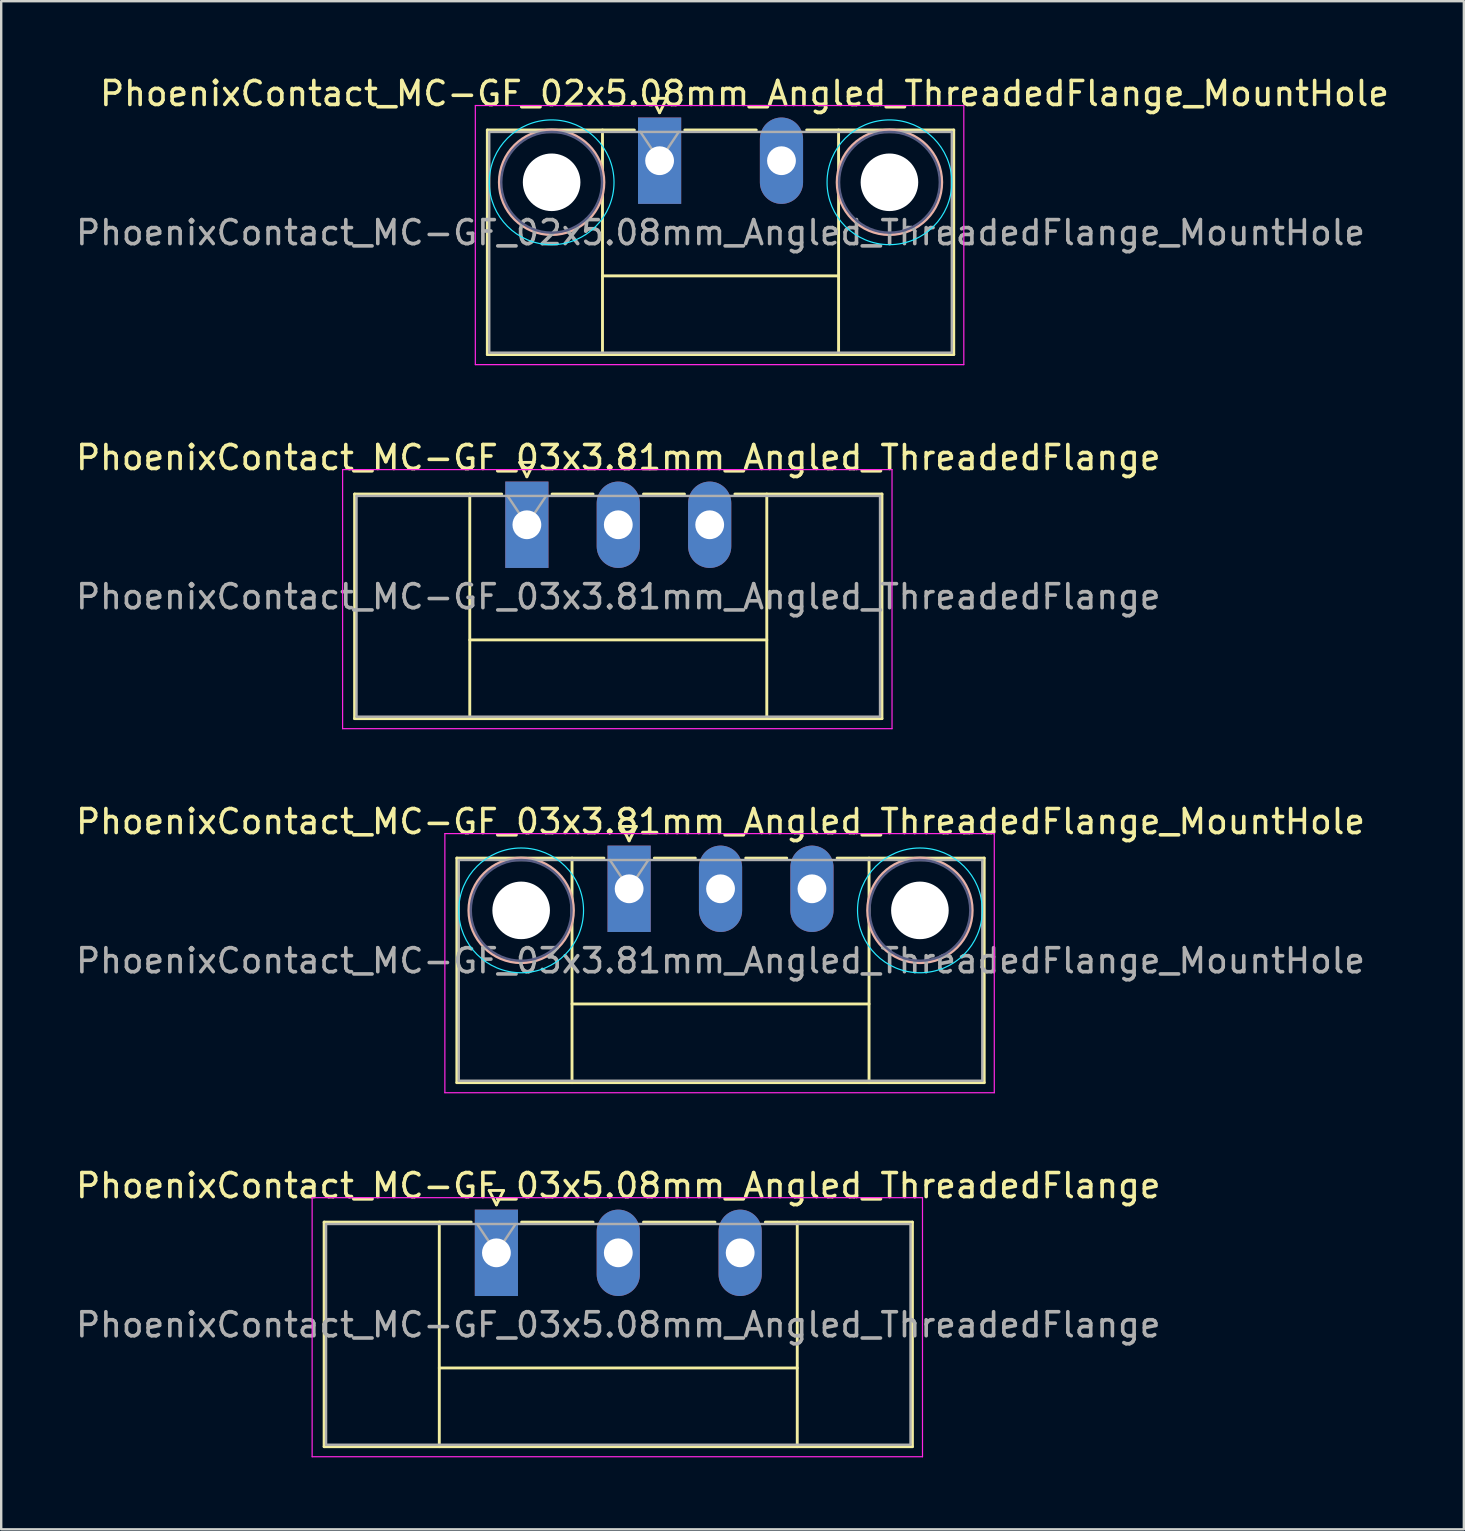
<source format=kicad_pcb>
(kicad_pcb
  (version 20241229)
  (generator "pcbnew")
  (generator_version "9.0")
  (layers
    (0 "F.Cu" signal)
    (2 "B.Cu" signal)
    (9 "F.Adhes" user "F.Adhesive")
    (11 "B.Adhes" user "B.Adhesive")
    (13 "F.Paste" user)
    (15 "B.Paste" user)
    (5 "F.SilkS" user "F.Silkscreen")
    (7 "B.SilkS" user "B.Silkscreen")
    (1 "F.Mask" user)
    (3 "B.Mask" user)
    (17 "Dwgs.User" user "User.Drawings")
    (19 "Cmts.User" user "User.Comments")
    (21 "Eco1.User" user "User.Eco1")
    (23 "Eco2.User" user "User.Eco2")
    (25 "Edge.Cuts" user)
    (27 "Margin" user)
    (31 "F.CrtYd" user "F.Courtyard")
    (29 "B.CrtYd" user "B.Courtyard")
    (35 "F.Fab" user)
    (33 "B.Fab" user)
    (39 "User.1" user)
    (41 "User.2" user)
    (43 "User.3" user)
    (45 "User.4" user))
  (footprint "PhoenixContact_MC-GF_03x3.81mm_Angled_ThreadedFlange"
    (layer "F.Cu")
    (at 18.91 18.822)
    (property "Reference" "PhoenixContact_MC-GF_03x3.81mm_Angled_ThreadedFlange" (at 3.81 -2.8 0) (layer "F.SilkS") (effects (font (size 1 1) (thickness 0.15))))
    (attr through_hole)
    (fp_line (start -7.18 -1.28) (end -7.18 8.08) (stroke (width 0.12) (type solid)) (layer "F.SilkS"))
    (fp_line (start -7.18 -1.28) (end -1.05 -1.28) (stroke (width 0.12) (type solid)) (layer "F.SilkS"))
    (fp_line (start -7.18 8.08) (end 14.8 8.08) (stroke (width 0.12) (type solid)) (layer "F.SilkS"))
    (fp_line (start -2.38 -1.28) (end -2.38 8.08) (stroke (width 0.12) (type solid)) (layer "F.SilkS"))
    (fp_line (start -2.38 4.8) (end 10 4.8) (stroke (width 0.12) (type solid)) (layer "F.SilkS"))
    (fp_line (start -0.3 -2.6) (end 0.3 -2.6) (stroke (width 0.12) (type solid)) (layer "F.SilkS"))
    (fp_line (start 0 -2) (end -0.3 -2.6) (stroke (width 0.12) (type solid)) (layer "F.SilkS"))
    (fp_line (start 0.3 -2.6) (end 0 -2) (stroke (width 0.12) (type solid)) (layer "F.SilkS"))
    (fp_line (start 1.05 -1.28) (end 2.76 -1.28) (stroke (width 0.12) (type solid)) (layer "F.SilkS"))
    (fp_line (start 4.86 -1.28) (end 6.57 -1.28) (stroke (width 0.12) (type solid)) (layer "F.SilkS"))
    (fp_line (start 10 -1.28) (end 10 8.08) (stroke (width 0.12) (type solid)) (layer "F.SilkS"))
    (fp_line (start 14.8 -1.28) (end 8.67 -1.28) (stroke (width 0.12) (type solid)) (layer "F.SilkS"))
    (fp_line (start 14.8 8.08) (end 14.8 -1.28) (stroke (width 0.12) (type solid)) (layer "F.SilkS"))
    (fp_line (start -7.68 -2.3) (end -7.68 8.5) (stroke (width 0.05) (type solid)) (layer "F.CrtYd"))
    (fp_line (start -7.68 8.5) (end 15.22 8.5) (stroke (width 0.05) (type solid)) (layer "F.CrtYd"))
    (fp_line (start 15.22 -2.3) (end -7.68 -2.3) (stroke (width 0.05) (type solid)) (layer "F.CrtYd"))
    (fp_line (start 15.22 8.5) (end 15.22 -2.3) (stroke (width 0.05) (type solid)) (layer "F.CrtYd"))
    (fp_line (start -7.1 -1.2) (end -7.1 8) (stroke (width 0.1) (type solid)) (layer "F.Fab"))
    (fp_line (start -7.1 8) (end 14.72 8) (stroke (width 0.1) (type solid)) (layer "F.Fab"))
    (fp_line (start 0 0) (end -0.8 -1.2) (stroke (width 0.1) (type solid)) (layer "F.Fab"))
    (fp_line (start 0.8 -1.2) (end 0 0) (stroke (width 0.1) (type solid)) (layer "F.Fab"))
    (fp_line (start 14.72 -1.2) (end -7.1 -1.2) (stroke (width 0.1) (type solid)) (layer "F.Fab"))
    (fp_line (start 14.72 8) (end 14.72 -1.2) (stroke (width 0.1) (type solid)) (layer "F.Fab"))
    (fp_text user "${REFERENCE}" (at 3.81 3 0) (layer "F.Fab") (effects (font (size 1 1) (thickness 0.15))))
    (pad "1" thru_hole rect (at 0 0) (size 1.8 3.6) (drill 1.2) (layers "*.Cu" "*.Mask"))
    (pad "2" thru_hole oval (at 3.81 0) (size 1.8 3.6) (drill 1.2) (layers "*.Cu" "*.Mask"))
    (pad "3" thru_hole oval (at 7.62 0) (size 1.8 3.6) (drill 1.2) (layers "*.Cu" "*.Mask")))
  (footprint "PhoenixContact_MC-GF_03x3.81mm_Angled_ThreadedFlange_MountHole"
    (layer "F.Cu")
    (at 23.172 33.995)
    (property "Reference" "PhoenixContact_MC-GF_03x3.81mm_Angled_ThreadedFlange_MountHole" (at 3.81 -2.8 0) (layer "F.SilkS") (effects (font (size 1 1) (thickness 0.15))))
    (attr through_hole)
    (fp_line (start -7.18 -1.28) (end -7.18 8.08) (stroke (width 0.12) (type solid)) (layer "F.SilkS"))
    (fp_line (start -7.18 -1.28) (end -1.05 -1.28) (stroke (width 0.12) (type solid)) (layer "F.SilkS"))
    (fp_line (start -7.18 8.08) (end 14.8 8.08) (stroke (width 0.12) (type solid)) (layer "F.SilkS"))
    (fp_line (start -2.38 -1.28) (end -2.38 8.08) (stroke (width 0.12) (type solid)) (layer "F.SilkS"))
    (fp_line (start -2.38 4.8) (end 10 4.8) (stroke (width 0.12) (type solid)) (layer "F.SilkS"))
    (fp_line (start -0.3 -2.6) (end 0.3 -2.6) (stroke (width 0.12) (type solid)) (layer "F.SilkS"))
    (fp_line (start 0 -2) (end -0.3 -2.6) (stroke (width 0.12) (type solid)) (layer "F.SilkS"))
    (fp_line (start 0.3 -2.6) (end 0 -2) (stroke (width 0.12) (type solid)) (layer "F.SilkS"))
    (fp_line (start 1.05 -1.28) (end 2.76 -1.28) (stroke (width 0.12) (type solid)) (layer "F.SilkS"))
    (fp_line (start 4.86 -1.28) (end 6.57 -1.28) (stroke (width 0.12) (type solid)) (layer "F.SilkS"))
    (fp_line (start 10 -1.28) (end 10 8.08) (stroke (width 0.12) (type solid)) (layer "F.SilkS"))
    (fp_line (start 14.8 -1.28) (end 8.67 -1.28) (stroke (width 0.12) (type solid)) (layer "F.SilkS"))
    (fp_line (start 14.8 8.08) (end 14.8 -1.28) (stroke (width 0.12) (type solid)) (layer "F.SilkS"))
    (fp_circle (center -4.5 0.9) (end -2.32 0.9) (stroke (width 0.12) (type solid)) (fill no) (layer "B.SilkS"))
    (fp_circle (center 12.12 0.9) (end 14.3 0.9) (stroke (width 0.12) (type solid)) (fill no) (layer "B.SilkS"))
    (fp_circle (center -4.5 0.9) (end -1.9 0.9) (stroke (width 0.05) (type solid)) (fill no) (layer "B.CrtYd"))
    (fp_circle (center 12.12 0.9) (end 14.72 0.9) (stroke (width 0.05) (type solid)) (fill no) (layer "B.CrtYd"))
    (fp_line (start -7.68 -2.3) (end -7.68 8.5) (stroke (width 0.05) (type solid)) (layer "F.CrtYd"))
    (fp_line (start -7.68 8.5) (end 15.22 8.5) (stroke (width 0.05) (type solid)) (layer "F.CrtYd"))
    (fp_line (start 15.22 -2.3) (end -7.68 -2.3) (stroke (width 0.05) (type solid)) (layer "F.CrtYd"))
    (fp_line (start 15.22 8.5) (end 15.22 -2.3) (stroke (width 0.05) (type solid)) (layer "F.CrtYd"))
    (fp_circle (center -4.5 0.9) (end -2.4 0.9) (stroke (width 0.1) (type solid)) (fill no) (layer "B.Fab"))
    (fp_circle (center 12.12 0.9) (end 14.22 0.9) (stroke (width 0.1) (type solid)) (fill no) (layer "B.Fab"))
    (fp_line (start -7.1 -1.2) (end -7.1 8) (stroke (width 0.1) (type solid)) (layer "F.Fab"))
    (fp_line (start -7.1 8) (end 14.72 8) (stroke (width 0.1) (type solid)) (layer "F.Fab"))
    (fp_line (start 0 0) (end -0.8 -1.2) (stroke (width 0.1) (type solid)) (layer "F.Fab"))
    (fp_line (start 0.8 -1.2) (end 0 0) (stroke (width 0.1) (type solid)) (layer "F.Fab"))
    (fp_line (start 14.72 -1.2) (end -7.1 -1.2) (stroke (width 0.1) (type solid)) (layer "F.Fab"))
    (fp_line (start 14.72 8) (end 14.72 -1.2) (stroke (width 0.1) (type solid)) (layer "F.Fab"))
    (fp_text user "${REFERENCE}" (at 3.81 3 0) (layer "F.Fab") (effects (font (size 1 1) (thickness 0.15))))
    (pad "" np_thru_hole circle (at -4.5 0.9) (size 2.4 2.4) (drill 2.4) (layers "*.Cu" "*.Mask"))
    (pad "" np_thru_hole circle (at 12.12 0.9) (size 2.4 2.4) (drill 2.4) (layers "*.Cu" "*.Mask"))
    (pad "1" thru_hole rect (at 0 0) (size 1.8 3.6) (drill 1.2) (layers "*.Cu" "*.Mask"))
    (pad "2" thru_hole oval (at 3.81 0) (size 1.8 3.6) (drill 1.2) (layers "*.Cu" "*.Mask"))
    (pad "3" thru_hole oval (at 7.62 0) (size 1.8 3.6) (drill 1.2) (layers "*.Cu" "*.Mask")))
  (footprint "PhoenixContact_MC-GF_02x5.08mm_Angled_ThreadedFlange_MountHole"
    (layer "F.Cu")
    (at 24.442 3.648)
    (property "Reference" "PhoenixContact_MC-GF_02x5.08mm_Angled_ThreadedFlange_MountHole" (at 3.54 -2.8 0) (layer "F.SilkS") (effects (font (size 1 1) (thickness 0.15))))
    (attr through_hole)
    (fp_line (start -7.18 -1.28) (end -7.18 8.08) (stroke (width 0.12) (type solid)) (layer "F.SilkS"))
    (fp_line (start -7.18 -1.28) (end -1.05 -1.28) (stroke (width 0.12) (type solid)) (layer "F.SilkS"))
    (fp_line (start -7.18 8.08) (end 12.26 8.08) (stroke (width 0.12) (type solid)) (layer "F.SilkS"))
    (fp_line (start -2.38 -1.28) (end -2.38 8.08) (stroke (width 0.12) (type solid)) (layer "F.SilkS"))
    (fp_line (start -2.38 4.8) (end 7.46 4.8) (stroke (width 0.12) (type solid)) (layer "F.SilkS"))
    (fp_line (start -0.3 -2.6) (end 0.3 -2.6) (stroke (width 0.12) (type solid)) (layer "F.SilkS"))
    (fp_line (start 0 -2) (end -0.3 -2.6) (stroke (width 0.12) (type solid)) (layer "F.SilkS"))
    (fp_line (start 0.3 -2.6) (end 0 -2) (stroke (width 0.12) (type solid)) (layer "F.SilkS"))
    (fp_line (start 1.05 -1.28) (end 4.03 -1.28) (stroke (width 0.12) (type solid)) (layer "F.SilkS"))
    (fp_line (start 7.46 -1.28) (end 7.46 8.08) (stroke (width 0.12) (type solid)) (layer "F.SilkS"))
    (fp_line (start 12.26 -1.28) (end 6.13 -1.28) (stroke (width 0.12) (type solid)) (layer "F.SilkS"))
    (fp_line (start 12.26 8.08) (end 12.26 -1.28) (stroke (width 0.12) (type solid)) (layer "F.SilkS"))
    (fp_circle (center -4.5 0.9) (end -2.32 0.9) (stroke (width 0.12) (type solid)) (fill no) (layer "B.SilkS"))
    (fp_circle (center 9.58 0.9) (end 11.76 0.9) (stroke (width 0.12) (type solid)) (fill no) (layer "B.SilkS"))
    (fp_circle (center -4.5 0.9) (end -1.9 0.9) (stroke (width 0.05) (type solid)) (fill no) (layer "B.CrtYd"))
    (fp_circle (center 9.58 0.9) (end 12.18 0.9) (stroke (width 0.05) (type solid)) (fill no) (layer "B.CrtYd"))
    (fp_line (start -7.68 -2.3) (end -7.68 8.5) (stroke (width 0.05) (type solid)) (layer "F.CrtYd"))
    (fp_line (start -7.68 8.5) (end 12.68 8.5) (stroke (width 0.05) (type solid)) (layer "F.CrtYd"))
    (fp_line (start 12.68 -2.3) (end -7.68 -2.3) (stroke (width 0.05) (type solid)) (layer "F.CrtYd"))
    (fp_line (start 12.68 8.5) (end 12.68 -2.3) (stroke (width 0.05) (type solid)) (layer "F.CrtYd"))
    (fp_circle (center -4.5 0.9) (end -2.4 0.9) (stroke (width 0.1) (type solid)) (fill no) (layer "B.Fab"))
    (fp_circle (center 9.58 0.9) (end 11.68 0.9) (stroke (width 0.1) (type solid)) (fill no) (layer "B.Fab"))
    (fp_line (start -7.1 -1.2) (end -7.1 8) (stroke (width 0.1) (type solid)) (layer "F.Fab"))
    (fp_line (start -7.1 8) (end 12.18 8) (stroke (width 0.1) (type solid)) (layer "F.Fab"))
    (fp_line (start 0 0) (end -0.8 -1.2) (stroke (width 0.1) (type solid)) (layer "F.Fab"))
    (fp_line (start 0.8 -1.2) (end 0 0) (stroke (width 0.1) (type solid)) (layer "F.Fab"))
    (fp_line (start 12.18 -1.2) (end -7.1 -1.2) (stroke (width 0.1) (type solid)) (layer "F.Fab"))
    (fp_line (start 12.18 8) (end 12.18 -1.2) (stroke (width 0.1) (type solid)) (layer "F.Fab"))
    (fp_text user "${REFERENCE}" (at 2.54 3 0) (layer "F.Fab") (effects (font (size 1 1) (thickness 0.15))))
    (pad "" np_thru_hole circle (at -4.5 0.9) (size 2.4 2.4) (drill 2.4) (layers "*.Cu" "*.Mask"))
    (pad "" np_thru_hole circle (at 9.58 0.9) (size 2.4 2.4) (drill 2.4) (layers "*.Cu" "*.Mask"))
    (pad "1" thru_hole rect (at 0 0) (size 1.8 3.6) (drill 1.2) (layers "*.Cu" "*.Mask"))
    (pad "2" thru_hole oval (at 5.08 0) (size 1.8 3.6) (drill 1.2) (layers "*.Cu" "*.Mask")))
  (footprint "PhoenixContact_MC-GF_03x5.08mm_Angled_ThreadedFlange"
    (layer "F.Cu")
    (at 17.64 49.168)
    (property "Reference" "PhoenixContact_MC-GF_03x5.08mm_Angled_ThreadedFlange" (at 5.08 -2.8 0) (layer "F.SilkS") (effects (font (size 1 1) (thickness 0.15))))
    (attr through_hole)
    (fp_line (start -7.18 -1.28) (end -7.18 8.08) (stroke (width 0.12) (type solid)) (layer "F.SilkS"))
    (fp_line (start -7.18 -1.28) (end -1.05 -1.28) (stroke (width 0.12) (type solid)) (layer "F.SilkS"))
    (fp_line (start -7.18 8.08) (end 17.34 8.08) (stroke (width 0.12) (type solid)) (layer "F.SilkS"))
    (fp_line (start -2.38 -1.28) (end -2.38 8.08) (stroke (width 0.12) (type solid)) (layer "F.SilkS"))
    (fp_line (start -2.38 4.8) (end 12.54 4.8) (stroke (width 0.12) (type solid)) (layer "F.SilkS"))
    (fp_line (start -0.3 -2.6) (end 0.3 -2.6) (stroke (width 0.12) (type solid)) (layer "F.SilkS"))
    (fp_line (start 0 -2) (end -0.3 -2.6) (stroke (width 0.12) (type solid)) (layer "F.SilkS"))
    (fp_line (start 0.3 -2.6) (end 0 -2) (stroke (width 0.12) (type solid)) (layer "F.SilkS"))
    (fp_line (start 1.05 -1.28) (end 4.03 -1.28) (stroke (width 0.12) (type solid)) (layer "F.SilkS"))
    (fp_line (start 6.13 -1.28) (end 9.11 -1.28) (stroke (width 0.12) (type solid)) (layer "F.SilkS"))
    (fp_line (start 12.54 -1.28) (end 12.54 8.08) (stroke (width 0.12) (type solid)) (layer "F.SilkS"))
    (fp_line (start 17.34 -1.28) (end 11.21 -1.28) (stroke (width 0.12) (type solid)) (layer "F.SilkS"))
    (fp_line (start 17.34 8.08) (end 17.34 -1.28) (stroke (width 0.12) (type solid)) (layer "F.SilkS"))
    (fp_line (start -7.68 -2.3) (end -7.68 8.5) (stroke (width 0.05) (type solid)) (layer "F.CrtYd"))
    (fp_line (start -7.68 8.5) (end 17.76 8.5) (stroke (width 0.05) (type solid)) (layer "F.CrtYd"))
    (fp_line (start 17.76 -2.3) (end -7.68 -2.3) (stroke (width 0.05) (type solid)) (layer "F.CrtYd"))
    (fp_line (start 17.76 8.5) (end 17.76 -2.3) (stroke (width 0.05) (type solid)) (layer "F.CrtYd"))
    (fp_line (start -7.1 -1.2) (end -7.1 8) (stroke (width 0.1) (type solid)) (layer "F.Fab"))
    (fp_line (start -7.1 8) (end 17.26 8) (stroke (width 0.1) (type solid)) (layer "F.Fab"))
    (fp_line (start 0 0) (end -0.8 -1.2) (stroke (width 0.1) (type solid)) (layer "F.Fab"))
    (fp_line (start 0.8 -1.2) (end 0 0) (stroke (width 0.1) (type solid)) (layer "F.Fab"))
    (fp_line (start 17.26 -1.2) (end -7.1 -1.2) (stroke (width 0.1) (type solid)) (layer "F.Fab"))
    (fp_line (start 17.26 8) (end 17.26 -1.2) (stroke (width 0.1) (type solid)) (layer "F.Fab"))
    (fp_text user "${REFERENCE}" (at 5.08 3 0) (layer "F.Fab") (effects (font (size 1 1) (thickness 0.15))))
    (pad "1" thru_hole rect (at 0 0) (size 1.8 3.6) (drill 1.2) (layers "*.Cu" "*.Mask"))
    (pad "2" thru_hole oval (at 5.08 0) (size 1.8 3.6) (drill 1.2) (layers "*.Cu" "*.Mask"))
    (pad "3" thru_hole oval (at 10.16 0) (size 1.8 3.6) (drill 1.2) (layers "*.Cu" "*.Mask")))
  (gr_rect
    (start -3 -3)
    (end 57.964 60.693)
    (stroke (width 0.1) (type default))
    (fill no)
    (layer "Edge.Cuts")))
</source>
